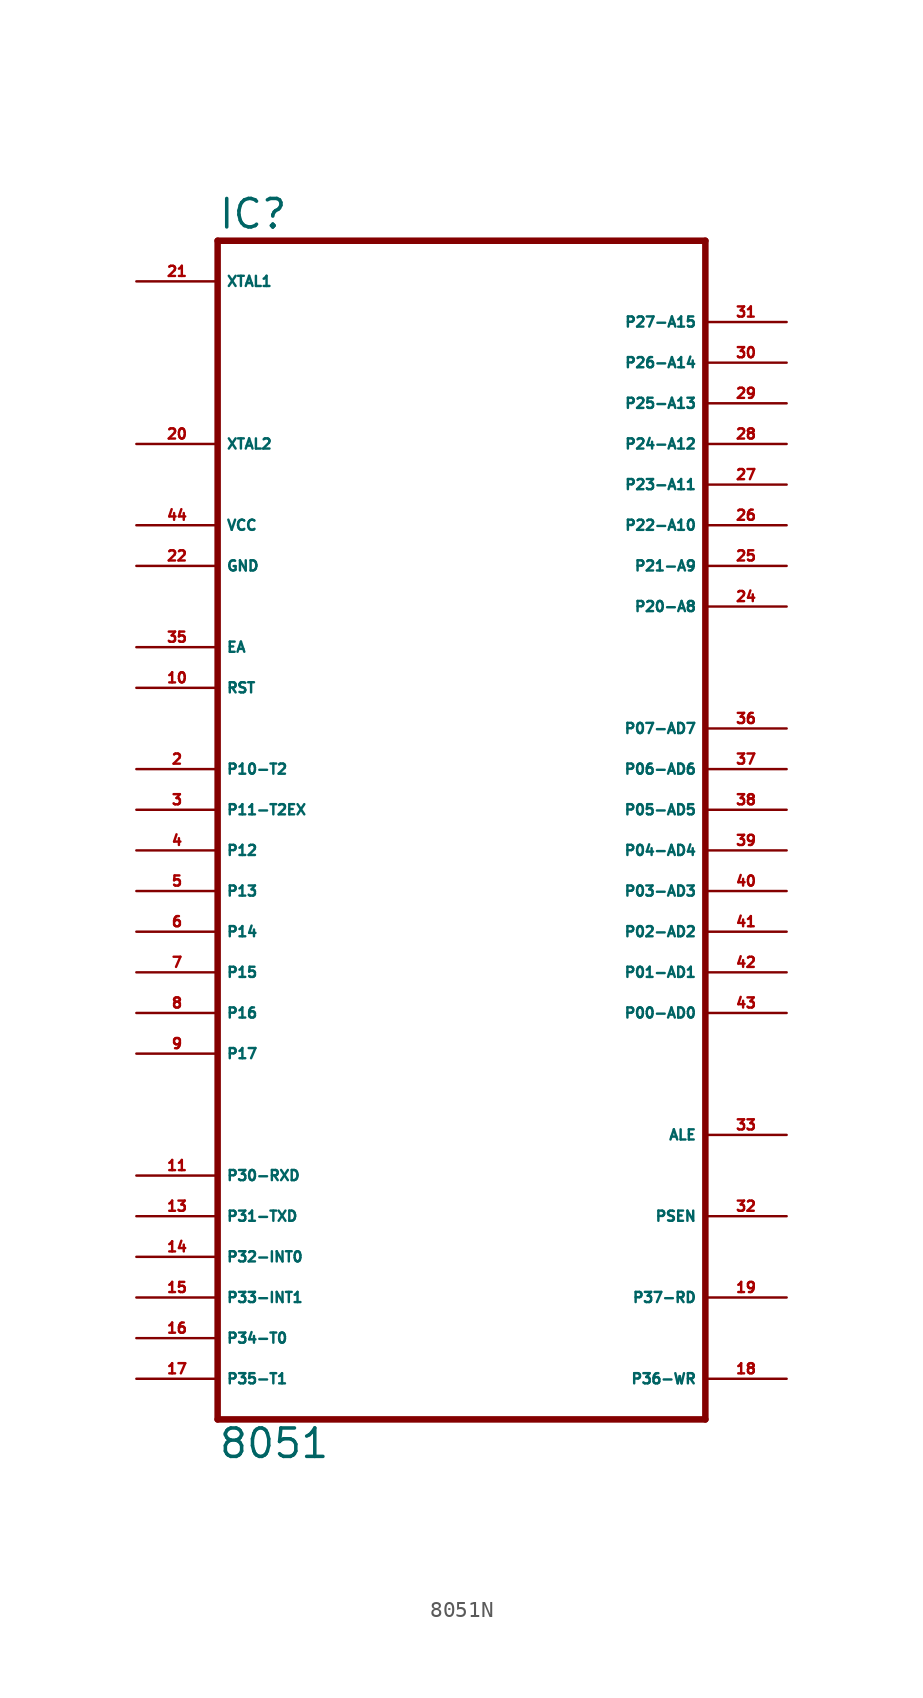
<source format=kicad_sym>
(kicad_symbol_lib
  (version 20220914)
  (generator Eagle2Kicad)
  (symbol "8051N"
    (property "Reference" "IC"
      (at -15.24 36.195 0)
      (effects (font (size 1.778 1.778) (thickness 0.22)) (justify left bottom)))
    (property "Value" "8051"
      (at -15.24 -40.64 0)
      (effects (font (size 1.778 1.778) (thickness 0.22)) (justify left bottom)))
    (polyline
      (pts (xy 15.24 35.56) (xy 15.24 -38.1))
      (stroke (width 0.406) (type default))
      (fill (type none)))
    (polyline
      (pts (xy -15.24 -38.1) (xy 15.24 -38.1))
      (stroke (width 0.406) (type default))
      (fill (type none)))
    (polyline
      (pts (xy -15.24 -38.1) (xy -15.24 35.56))
      (stroke (width 0.406) (type default))
      (fill (type none)))
    (polyline
      (pts (xy 15.24 35.56) (xy -15.24 35.56))
      (stroke (width 0.406) (type default))
      (fill (type none)))
    (pin input line
      (at -20.32 22.86 0)
      (length 5.08)
      (name "XTAL2" (effects (font (size 0.635 0.635) (thickness 0.08)) (justify left bottom)))
      (number "20" (effects (font (size 0.635 0.635) (thickness 0.08)) (justify left bottom))))
    (pin input line
      (at -20.32 33.02 0)
      (length 5.08)
      (name "XTAL1" (effects (font (size 0.635 0.635) (thickness 0.08)) (justify left bottom)))
      (number "21" (effects (font (size 0.635 0.635) (thickness 0.08)) (justify left bottom))))
    (pin input line
      (at -20.32 10.16 0)
      (length 5.08)
      (name "EA" (effects (font (size 0.635 0.635) (thickness 0.08)) (justify left bottom)))
      (number "35" (effects (font (size 0.635 0.635) (thickness 0.08)) (justify left bottom))))
    (pin bidirectional line
      (at 20.32 30.48 180)
      (length 5.08)
      (name "P27-A15" (effects (font (size 0.635 0.635) (thickness 0.08)) (justify left bottom)))
      (number "31" (effects (font (size 0.635 0.635) (thickness 0.08)) (justify left bottom))))
    (pin bidirectional line
      (at 20.32 27.94 180)
      (length 5.08)
      (name "P26-A14" (effects (font (size 0.635 0.635) (thickness 0.08)) (justify left bottom)))
      (number "30" (effects (font (size 0.635 0.635) (thickness 0.08)) (justify left bottom))))
    (pin bidirectional line
      (at 20.32 25.4 180)
      (length 5.08)
      (name "P25-A13" (effects (font (size 0.635 0.635) (thickness 0.08)) (justify left bottom)))
      (number "29" (effects (font (size 0.635 0.635) (thickness 0.08)) (justify left bottom))))
    (pin bidirectional line
      (at 20.32 22.86 180)
      (length 5.08)
      (name "P24-A12" (effects (font (size 0.635 0.635) (thickness 0.08)) (justify left bottom)))
      (number "28" (effects (font (size 0.635 0.635) (thickness 0.08)) (justify left bottom))))
    (pin bidirectional line
      (at 20.32 20.32 180)
      (length 5.08)
      (name "P23-A11" (effects (font (size 0.635 0.635) (thickness 0.08)) (justify left bottom)))
      (number "27" (effects (font (size 0.635 0.635) (thickness 0.08)) (justify left bottom))))
    (pin bidirectional line
      (at 20.32 17.78 180)
      (length 5.08)
      (name "P22-A10" (effects (font (size 0.635 0.635) (thickness 0.08)) (justify left bottom)))
      (number "26" (effects (font (size 0.635 0.635) (thickness 0.08)) (justify left bottom))))
    (pin bidirectional line
      (at 20.32 15.24 180)
      (length 5.08)
      (name "P21-A9" (effects (font (size 0.635 0.635) (thickness 0.08)) (justify left bottom)))
      (number "25" (effects (font (size 0.635 0.635) (thickness 0.08)) (justify left bottom))))
    (pin bidirectional line
      (at 20.32 12.7 180)
      (length 5.08)
      (name "P20-A8" (effects (font (size 0.635 0.635) (thickness 0.08)) (justify left bottom)))
      (number "24" (effects (font (size 0.635 0.635) (thickness 0.08)) (justify left bottom))))
    (pin bidirectional line
      (at 20.32 5.08 180)
      (length 5.08)
      (name "P07-AD7" (effects (font (size 0.635 0.635) (thickness 0.08)) (justify left bottom)))
      (number "36" (effects (font (size 0.635 0.635) (thickness 0.08)) (justify left bottom))))
    (pin bidirectional line
      (at 20.32 2.54 180)
      (length 5.08)
      (name "P06-AD6" (effects (font (size 0.635 0.635) (thickness 0.08)) (justify left bottom)))
      (number "37" (effects (font (size 0.635 0.635) (thickness 0.08)) (justify left bottom))))
    (pin bidirectional line
      (at 20.32 0 180)
      (length 5.08)
      (name "P05-AD5" (effects (font (size 0.635 0.635) (thickness 0.08)) (justify left bottom)))
      (number "38" (effects (font (size 0.635 0.635) (thickness 0.08)) (justify left bottom))))
    (pin bidirectional line
      (at 20.32 -2.54 180)
      (length 5.08)
      (name "P04-AD4" (effects (font (size 0.635 0.635) (thickness 0.08)) (justify left bottom)))
      (number "39" (effects (font (size 0.635 0.635) (thickness 0.08)) (justify left bottom))))
    (pin bidirectional line
      (at 20.32 -5.08 180)
      (length 5.08)
      (name "P03-AD3" (effects (font (size 0.635 0.635) (thickness 0.08)) (justify left bottom)))
      (number "40" (effects (font (size 0.635 0.635) (thickness 0.08)) (justify left bottom))))
    (pin bidirectional line
      (at 20.32 -7.62 180)
      (length 5.08)
      (name "P02-AD2" (effects (font (size 0.635 0.635) (thickness 0.08)) (justify left bottom)))
      (number "41" (effects (font (size 0.635 0.635) (thickness 0.08)) (justify left bottom))))
    (pin bidirectional line
      (at 20.32 -10.16 180)
      (length 5.08)
      (name "P01-AD1" (effects (font (size 0.635 0.635) (thickness 0.08)) (justify left bottom)))
      (number "42" (effects (font (size 0.635 0.635) (thickness 0.08)) (justify left bottom))))
    (pin bidirectional line
      (at 20.32 -12.7 180)
      (length 5.08)
      (name "P00-AD0" (effects (font (size 0.635 0.635) (thickness 0.08)) (justify left bottom)))
      (number "43" (effects (font (size 0.635 0.635) (thickness 0.08)) (justify left bottom))))
    (pin output line
      (at 20.32 -20.32 180)
      (length 5.08)
      (name "ALE" (effects (font (size 0.635 0.635) (thickness 0.08)) (justify left bottom)))
      (number "33" (effects (font (size 0.635 0.635) (thickness 0.08)) (justify left bottom))))
    (pin output line
      (at 20.32 -25.4 180)
      (length 5.08)
      (name "PSEN" (effects (font (size 0.635 0.635) (thickness 0.08)) (justify left bottom)))
      (number "32" (effects (font (size 0.635 0.635) (thickness 0.08)) (justify left bottom))))
    (pin bidirectional line
      (at 20.32 -30.48 180)
      (length 5.08)
      (name "P37-RD" (effects (font (size 0.635 0.635) (thickness 0.08)) (justify left bottom)))
      (number "19" (effects (font (size 0.635 0.635) (thickness 0.08)) (justify left bottom))))
    (pin bidirectional line
      (at 20.32 -35.56 180)
      (length 5.08)
      (name "P36-WR" (effects (font (size 0.635 0.635) (thickness 0.08)) (justify left bottom)))
      (number "18" (effects (font (size 0.635 0.635) (thickness 0.08)) (justify left bottom))))
    (pin unspecified line
      (at -20.32 17.78 0)
      (length 5.08)
      (name "VCC" (effects (font (size 0.635 0.635) (thickness 0.08)) (justify left bottom)))
      (number "44" (effects (font (size 0.635 0.635) (thickness 0.08)) (justify left bottom))))
    (pin unspecified line
      (at -20.32 15.24 0)
      (length 5.08)
      (name "GND" (effects (font (size 0.635 0.635) (thickness 0.08)) (justify left bottom)))
      (number "22" (effects (font (size 0.635 0.635) (thickness 0.08)) (justify left bottom))))
    (pin bidirectional line
      (at -20.32 0 0)
      (length 5.08)
      (name "P11-T2EX" (effects (font (size 0.635 0.635) (thickness 0.08)) (justify left bottom)))
      (number "3" (effects (font (size 0.635 0.635) (thickness 0.08)) (justify left bottom))))
    (pin input line
      (at -20.32 7.62 0)
      (length 5.08)
      (name "RST" (effects (font (size 0.635 0.635) (thickness 0.08)) (justify left bottom)))
      (number "10" (effects (font (size 0.635 0.635) (thickness 0.08)) (justify left bottom))))
    (pin bidirectional line
      (at -20.32 -5.08 0)
      (length 5.08)
      (name "P13" (effects (font (size 0.635 0.635) (thickness 0.08)) (justify left bottom)))
      (number "5" (effects (font (size 0.635 0.635) (thickness 0.08)) (justify left bottom))))
    (pin bidirectional line
      (at -20.32 -7.62 0)
      (length 5.08)
      (name "P14" (effects (font (size 0.635 0.635) (thickness 0.08)) (justify left bottom)))
      (number "6" (effects (font (size 0.635 0.635) (thickness 0.08)) (justify left bottom))))
    (pin bidirectional line
      (at -20.32 -10.16 0)
      (length 5.08)
      (name "P15" (effects (font (size 0.635 0.635) (thickness 0.08)) (justify left bottom)))
      (number "7" (effects (font (size 0.635 0.635) (thickness 0.08)) (justify left bottom))))
    (pin bidirectional line
      (at -20.32 -12.7 0)
      (length 5.08)
      (name "P16" (effects (font (size 0.635 0.635) (thickness 0.08)) (justify left bottom)))
      (number "8" (effects (font (size 0.635 0.635) (thickness 0.08)) (justify left bottom))))
    (pin bidirectional line
      (at -20.32 -15.24 0)
      (length 5.08)
      (name "P17" (effects (font (size 0.635 0.635) (thickness 0.08)) (justify left bottom)))
      (number "9" (effects (font (size 0.635 0.635) (thickness 0.08)) (justify left bottom))))
    (pin bidirectional line
      (at -20.32 -22.86 0)
      (length 5.08)
      (name "P30-RXD" (effects (font (size 0.635 0.635) (thickness 0.08)) (justify left bottom)))
      (number "11" (effects (font (size 0.635 0.635) (thickness 0.08)) (justify left bottom))))
    (pin bidirectional line
      (at -20.32 -25.4 0)
      (length 5.08)
      (name "P31-TXD" (effects (font (size 0.635 0.635) (thickness 0.08)) (justify left bottom)))
      (number "13" (effects (font (size 0.635 0.635) (thickness 0.08)) (justify left bottom))))
    (pin bidirectional line
      (at -20.32 -27.94 0)
      (length 5.08)
      (name "P32-INT0" (effects (font (size 0.635 0.635) (thickness 0.08)) (justify left bottom)))
      (number "14" (effects (font (size 0.635 0.635) (thickness 0.08)) (justify left bottom))))
    (pin bidirectional line
      (at -20.32 -30.48 0)
      (length 5.08)
      (name "P33-INT1" (effects (font (size 0.635 0.635) (thickness 0.08)) (justify left bottom)))
      (number "15" (effects (font (size 0.635 0.635) (thickness 0.08)) (justify left bottom))))
    (pin bidirectional line
      (at -20.32 -33.02 0)
      (length 5.08)
      (name "P34-T0" (effects (font (size 0.635 0.635) (thickness 0.08)) (justify left bottom)))
      (number "16" (effects (font (size 0.635 0.635) (thickness 0.08)) (justify left bottom))))
    (pin bidirectional line
      (at -20.32 -35.56 0)
      (length 5.08)
      (name "P35-T1" (effects (font (size 0.635 0.635) (thickness 0.08)) (justify left bottom)))
      (number "17" (effects (font (size 0.635 0.635) (thickness 0.08)) (justify left bottom))))
    (pin bidirectional line
      (at -20.32 -2.54 0)
      (length 5.08)
      (name "P12" (effects (font (size 0.635 0.635) (thickness 0.08)) (justify left bottom)))
      (number "4" (effects (font (size 0.635 0.635) (thickness 0.08)) (justify left bottom))))
    (pin bidirectional line
      (at -20.32 2.54 0)
      (length 5.08)
      (name "P10-T2" (effects (font (size 0.635 0.635) (thickness 0.08)) (justify left bottom)))
      (number "2" (effects (font (size 0.635 0.635) (thickness 0.08)) (justify left bottom))))))
</source>
